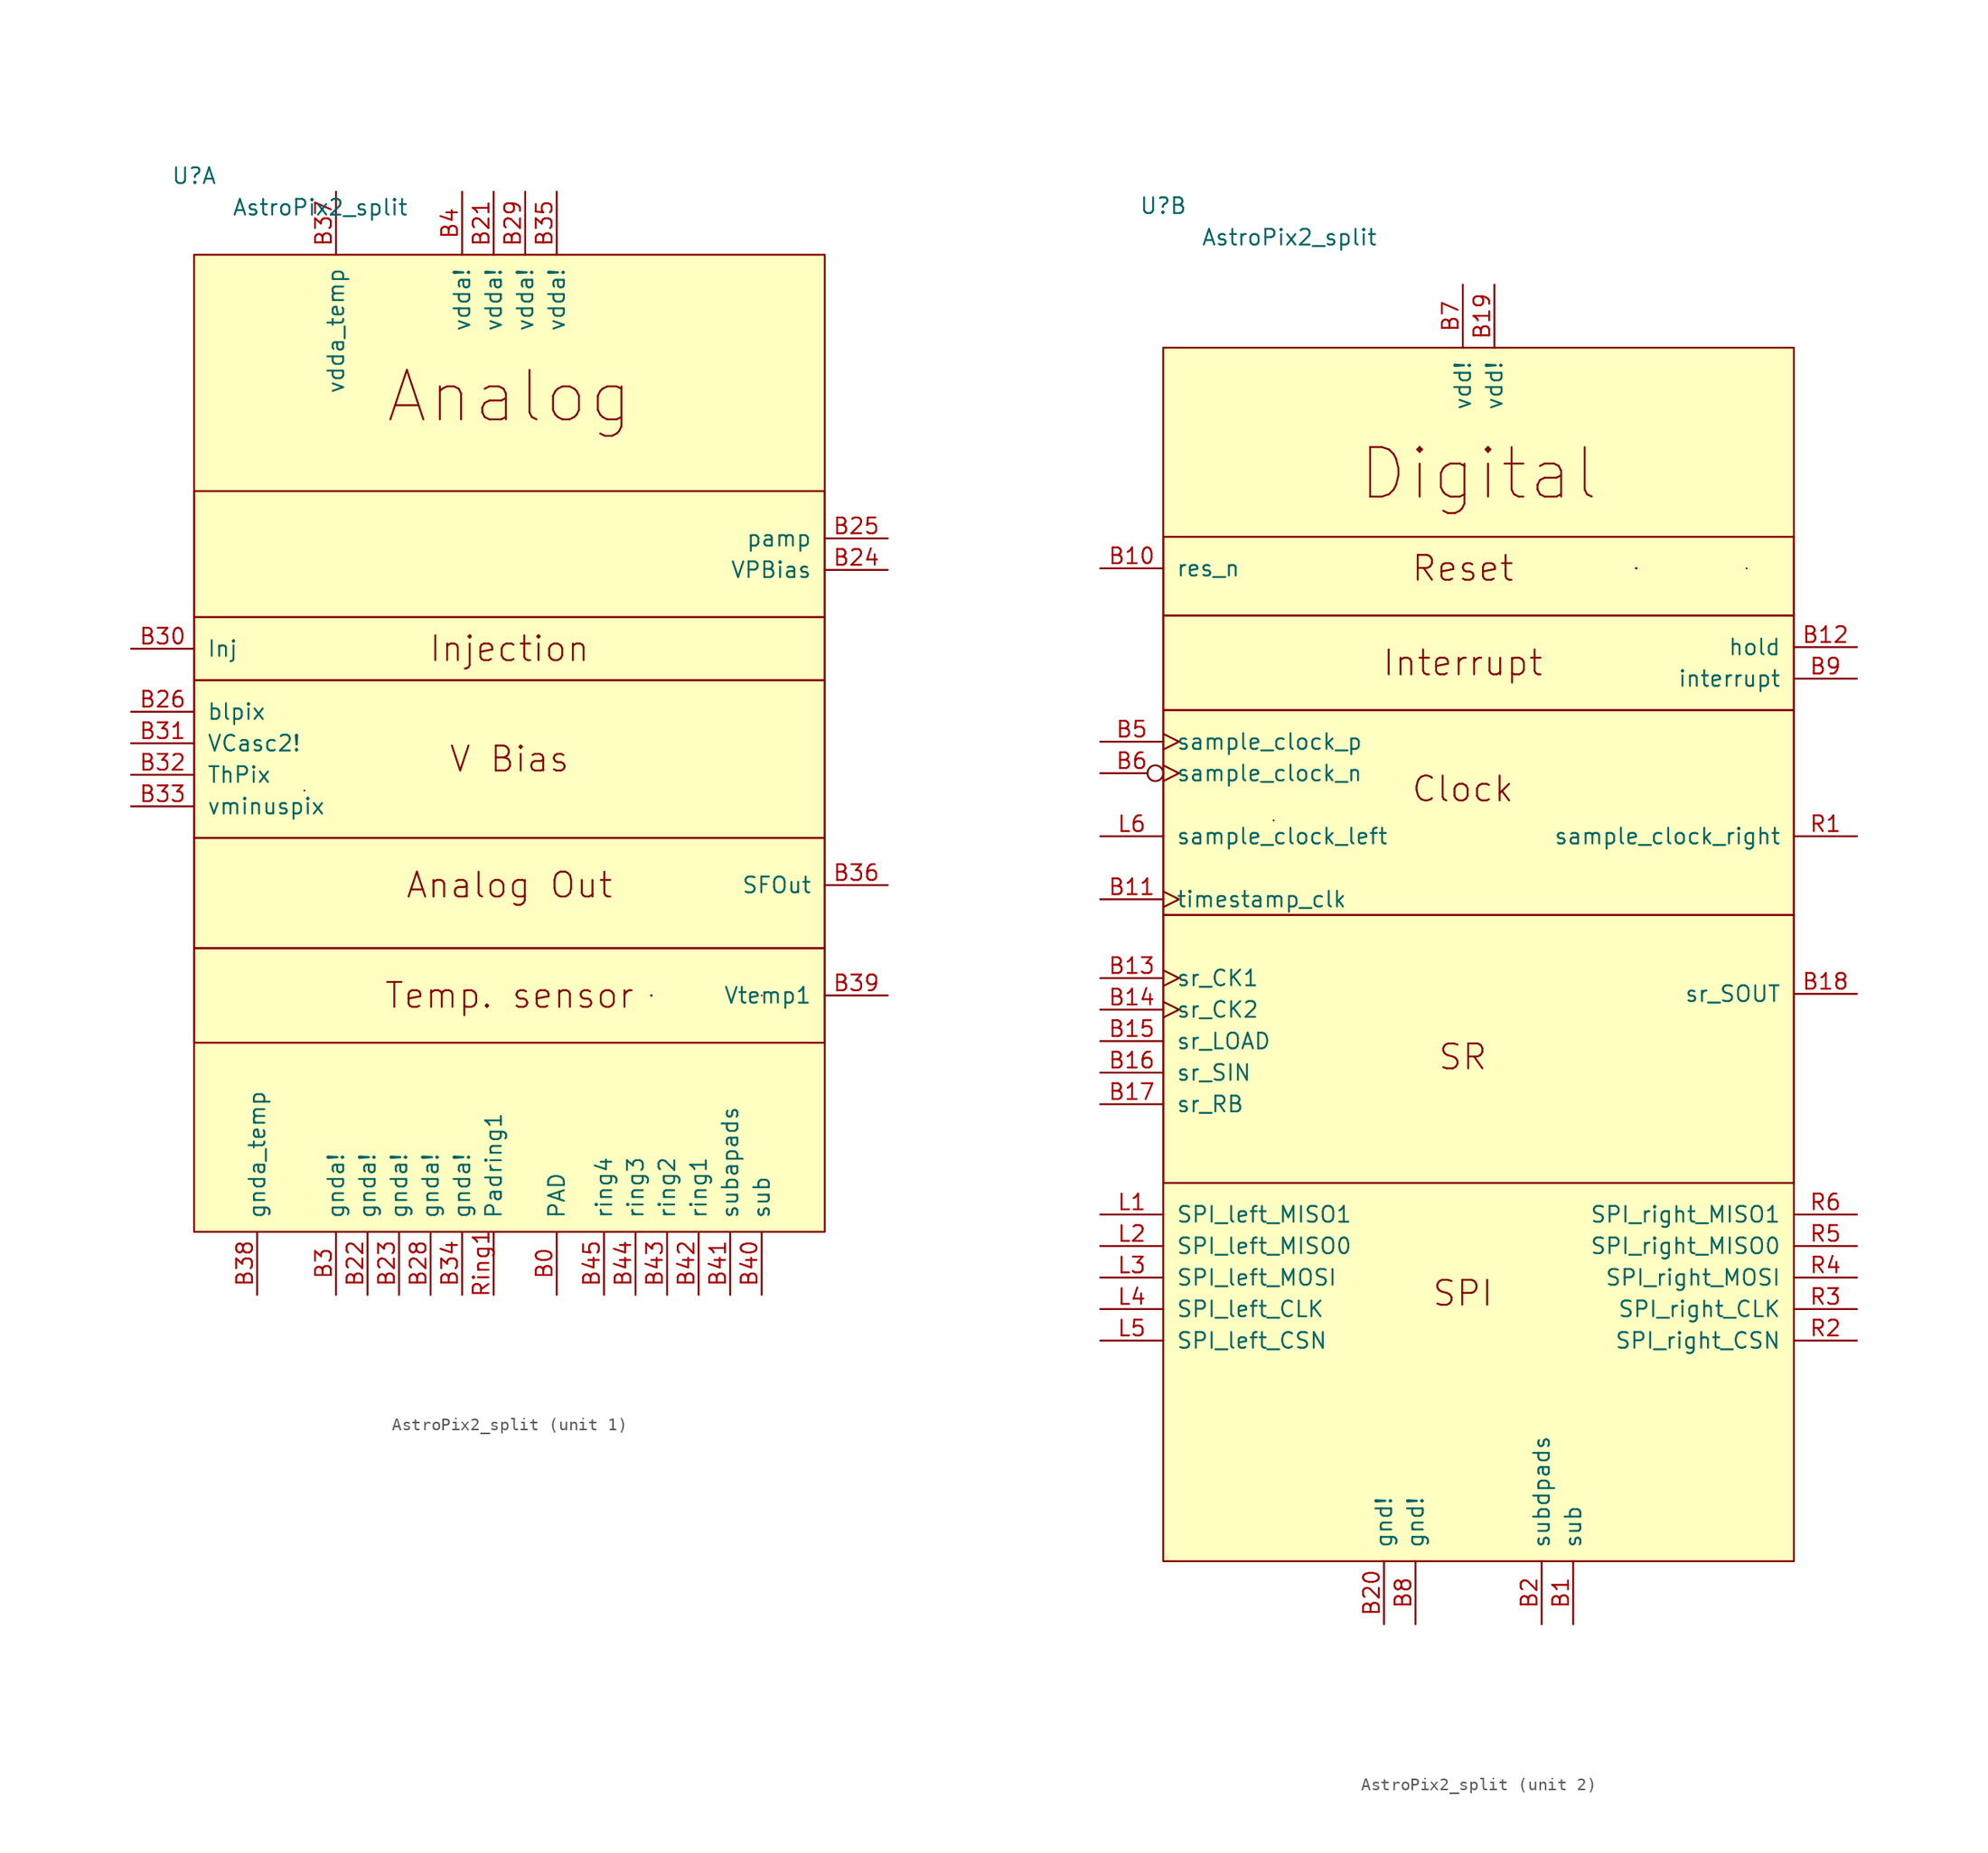
<source format=kicad_sym>
(kicad_symbol_lib
  (version 20220914)
  (generator kicad_symbol_editor)
  (symbol "AstroPix2_split"
    (pin_names
      (offset 1.016))
    (property "Reference" "U"
      (at -25.4 43.18 0)
      (effects (font (size 1.27 1.27))))
    (property "Value" "AstroPix2_split"
      (at -15.24 40.64 0)
      (effects (font (size 1.27 1.27))))
    (property "ki_locked" ""
      (at 0 0 0)
      (effects (font (size 1.27 1.27))))
    (symbol "AstroPix2_split_0_1"
      (polyline (pts (xy -16.51 -6.35) (xy -16.51 -6.35)) (stroke (width 0) (type default)) (fill (type none))))
    (symbol "AstroPix2_split_1_1"
      (rectangle (start -25.4 -19.05) (end 25.4 -26.67) (stroke (width 0) (type default)) (fill (type none)))
      (rectangle (start -25.4 -10.16) (end 25.4 -19.05) (stroke (width 0) (type default)) (fill (type none)))
      (rectangle (start -25.4 2.54) (end 25.4 -10.16) (stroke (width 0) (type default)) (fill (type none)))
      (rectangle (start -25.4 7.62) (end 25.4 2.54) (stroke (width 0) (type default)) (fill (type none)))
      (rectangle (start -25.4 17.78) (end 25.4 7.62) (stroke (width 0) (type default)) (fill (type none)))
      (rectangle (start -25.4 36.83) (end 25.4 -41.91) (stroke (width 0) (type default)) (fill (type background)))
      (polyline (pts (xy 11.43 -22.86) (xy 11.43 -22.86)) (stroke (width 0) (type default)) (fill (type none)))
      (polyline (pts (xy 11.43 -22.86) (xy 11.43 -22.86)) (stroke (width 0) (type default)) (fill (type none)))
      (polyline (pts (xy 11.43 -22.86) (xy 11.43 -22.86)) (stroke (width 0) (type default)) (fill (type none)))
      (polyline (pts (xy 11.43 -22.86) (xy 11.43 -22.86)) (stroke (width 0) (type default)) (fill (type none)))
      (polyline (pts (xy 11.43 -22.86) (xy 11.43 -22.86)) (stroke (width 0) (type default)) (fill (type none)))
      (polyline (pts (xy 20.32 -22.86) (xy 20.32 -22.86)) (stroke (width 0) (type default)) (fill (type none)))
      (text "Analog" (at 0 25.4 0) (effects (font (size 3.988 3.988))))
      (text "Analog Out" (at 0 -13.97 0) (effects (font (size 2.007 2.007))))
      (text "Injection" (at 0 5.08 0) (effects (font (size 2.007 2.007))))
      (text "Temp. sensor" (at 0 -22.86 0) (effects (font (size 2.007 2.007))))
      (text "V Bias" (at 0 -3.81 0) (effects (font (size 2.007 2.007))))
      (pin power_in line (at 3.81 -46.99 90) (length 5.08) (name "PAD" (effects (font (size 1.27 1.27)))) (number "B0" (effects (font (size 1.27 1.27)))))
      (pin power_in line (at -1.27 41.91 270) (length 5.08) (name "vdda!" (effects (font (size 1.27 1.27)))) (number "B21" (effects (font (size 1.27 1.27)))))
      (pin power_in line (at -11.43 -46.99 90) (length 5.08) (name "gnda!" (effects (font (size 1.27 1.27)))) (number "B22" (effects (font (size 1.27 1.27)))))
      (pin power_in line (at -8.89 -46.99 90) (length 5.08) (name "gnda!" (effects (font (size 1.27 1.27)))) (number "B23" (effects (font (size 1.27 1.27)))))
      (pin passive line (at 30.48 11.43 180) (length 5.08) (name "VPBias" (effects (font (size 1.27 1.27)))) (number "B24" (effects (font (size 1.27 1.27)))))
      (pin passive line (at 30.48 13.97 180) (length 5.08) (name "pamp" (effects (font (size 1.27 1.27)))) (number "B25" (effects (font (size 1.27 1.27)))))
      (pin input line (at -30.48 0 0) (length 5.08) (name "blpix" (effects (font (size 1.27 1.27)))) (number "B26" (effects (font (size 1.27 1.27)))))
      (pin no_connect line (at -30.48 -33.02 0) (length 5.08) hide (name "NC" (effects (font (size 1.27 1.27)))) (number "B27" (effects (font (size 1.27 1.27)))))
      (pin power_in line (at -6.35 -46.99 90) (length 5.08) (name "gnda!" (effects (font (size 1.27 1.27)))) (number "B28" (effects (font (size 1.27 1.27)))))
      (pin power_in line (at 1.27 41.91 270) (length 5.08) (name "vdda!" (effects (font (size 1.27 1.27)))) (number "B29" (effects (font (size 1.27 1.27)))))
      (pin power_in line (at -13.97 -46.99 90) (length 5.08) (name "gnda!" (effects (font (size 1.27 1.27)))) (number "B3" (effects (font (size 1.27 1.27)))))
      (pin input line (at -30.48 5.08 0) (length 5.08) (name "Inj" (effects (font (size 1.27 1.27)))) (number "B30" (effects (font (size 1.27 1.27)))))
      (pin input line (at -30.48 -2.54 0) (length 5.08) (name "VCasc2!" (effects (font (size 1.27 1.27)))) (number "B31" (effects (font (size 1.27 1.27)))))
      (pin input line (at -30.48 -5.08 0) (length 5.08) (name "ThPix" (effects (font (size 1.27 1.27)))) (number "B32" (effects (font (size 1.27 1.27)))))
      (pin input line (at -30.48 -7.62 0) (length 5.08) (name "vminuspix" (effects (font (size 1.27 1.27)))) (number "B33" (effects (font (size 1.27 1.27)))))
      (pin power_in line (at -3.81 -46.99 90) (length 5.08) (name "gnda!" (effects (font (size 1.27 1.27)))) (number "B34" (effects (font (size 1.27 1.27)))))
      (pin power_in line (at 3.81 41.91 270) (length 5.08) (name "vdda!" (effects (font (size 1.27 1.27)))) (number "B35" (effects (font (size 1.27 1.27)))))
      (pin output line (at 30.48 -13.97 180) (length 5.08) (name "SFOut" (effects (font (size 1.27 1.27)))) (number "B36" (effects (font (size 1.27 1.27)))))
      (pin power_in line (at -13.97 41.91 270) (length 5.08) (name "vdda_temp" (effects (font (size 1.27 1.27)))) (number "B37" (effects (font (size 1.27 1.27)))))
      (pin power_in line (at -20.32 -46.99 90) (length 5.08) (name "gnda_temp" (effects (font (size 1.27 1.27)))) (number "B38" (effects (font (size 1.27 1.27)))))
      (pin output line (at 30.48 -22.86 180) (length 5.08) (name "Vtemp1" (effects (font (size 1.27 1.27)))) (number "B39" (effects (font (size 1.27 1.27)))))
      (pin power_in line (at -3.81 41.91 270) (length 5.08) (name "vdda!" (effects (font (size 1.27 1.27)))) (number "B4" (effects (font (size 1.27 1.27)))))
      (pin power_in line (at 20.32 -46.99 90) (length 5.08) (name "sub" (effects (font (size 1.27 1.27)))) (number "B40" (effects (font (size 1.27 1.27)))))
      (pin power_in line (at 17.78 -46.99 90) (length 5.08) (name "subapads" (effects (font (size 1.27 1.27)))) (number "B41" (effects (font (size 1.27 1.27)))))
      (pin power_in line (at 15.24 -46.99 90) (length 5.08) (name "ring1" (effects (font (size 1.27 1.27)))) (number "B42" (effects (font (size 1.27 1.27)))))
      (pin power_in line (at 12.7 -46.99 90) (length 5.08) (name "ring2" (effects (font (size 1.27 1.27)))) (number "B43" (effects (font (size 1.27 1.27)))))
      (pin power_in line (at 10.16 -46.99 90) (length 5.08) (name "ring3" (effects (font (size 1.27 1.27)))) (number "B44" (effects (font (size 1.27 1.27)))))
      (pin power_in line (at 7.62 -46.99 90) (length 5.08) (name "ring4" (effects (font (size 1.27 1.27)))) (number "B45" (effects (font (size 1.27 1.27)))))
      (pin power_in line (at -1.27 -46.99 90) (length 5.08) (name "Padring1" (effects (font (size 1.27 1.27)))) (number "Ring1" (effects (font (size 1.27 1.27))))))
    (symbol "AstroPix2_split_2_1"
      (rectangle (start -25.4 -13.97) (end 25.4 -35.56) (stroke (width 0) (type default)) (fill (type none)))
      (rectangle (start -25.4 2.54) (end 25.4 -13.97) (stroke (width 0) (type default)) (fill (type none)))
      (rectangle (start -25.4 2.54) (end 25.4 10.16) (stroke (width 0) (type default)) (fill (type none)))
      (rectangle (start -25.4 16.51) (end 25.4 10.16) (stroke (width 0) (type default)) (fill (type none)))
      (rectangle (start -25.4 31.75) (end 25.4 -66.04) (stroke (width 0) (type default)) (fill (type background)))
      (polyline (pts (xy 12.7 13.97) (xy 12.7 13.97)) (stroke (width 0) (type default)) (fill (type none)))
      (polyline (pts (xy 12.7 13.97) (xy 12.7 13.97)) (stroke (width 0) (type default)) (fill (type none)))
      (polyline (pts (xy 12.7 13.97) (xy 12.7 13.97)) (stroke (width 0) (type default)) (fill (type none)))
      (polyline (pts (xy 12.7 13.97) (xy 12.7 13.97)) (stroke (width 0) (type default)) (fill (type none)))
      (polyline (pts (xy 12.7 13.97) (xy 12.7 13.97)) (stroke (width 0) (type default)) (fill (type none)))
      (polyline (pts (xy 21.59 13.97) (xy 21.59 13.97)) (stroke (width 0) (type default)) (fill (type none)))
      (text "Clock" (at -1.27 -3.81 0) (effects (font (size 2.007 2.007))))
      (text "Digital" (at 0 21.59 0) (effects (font (size 3.988 3.988))))
      (text "Interrupt" (at -1.27 6.35 0) (effects (font (size 2.007 2.007))))
      (text "Reset" (at -1.27 13.97 0) (effects (font (size 2.007 2.007))))
      (text "SPI" (at -1.27 -44.45 0) (effects (font (size 2.007 2.007))))
      (text "SR" (at -1.27 -25.4 0) (effects (font (size 2.007 2.007))))
      (pin power_in line (at 7.62 -71.12 90) (length 5.08) (name "sub" (effects (font (size 1.27 1.27)))) (number "B1" (effects (font (size 1.27 1.27)))))
      (pin input line (at -30.48 13.97 0) (length 5.08) (name "res_n" (effects (font (size 1.27 1.27)))) (number "B10" (effects (font (size 1.27 1.27)))))
      (pin input clock (at -30.48 -12.7 0) (length 5.08) (name "timestamp_clk" (effects (font (size 1.27 1.27)))) (number "B11" (effects (font (size 1.27 1.27)))))
      (pin output line (at 30.48 7.62 180) (length 5.08) (name "hold" (effects (font (size 1.27 1.27)))) (number "B12" (effects (font (size 1.27 1.27)))))
      (pin input clock (at -30.48 -19.05 0) (length 5.08) (name "sr_CK1" (effects (font (size 1.27 1.27)))) (number "B13" (effects (font (size 1.27 1.27)))))
      (pin input clock (at -30.48 -21.59 0) (length 5.08) (name "sr_CK2" (effects (font (size 1.27 1.27)))) (number "B14" (effects (font (size 1.27 1.27)))))
      (pin input line (at -30.48 -24.13 0) (length 5.08) (name "sr_LOAD" (effects (font (size 1.27 1.27)))) (number "B15" (effects (font (size 1.27 1.27)))))
      (pin input line (at -30.48 -26.67 0) (length 5.08) (name "sr_SIN" (effects (font (size 1.27 1.27)))) (number "B16" (effects (font (size 1.27 1.27)))))
      (pin input line (at -30.48 -29.21 0) (length 5.08) (name "sr_RB" (effects (font (size 1.27 1.27)))) (number "B17" (effects (font (size 1.27 1.27)))))
      (pin output line (at 30.48 -20.32 180) (length 5.08) (name "sr_SOUT" (effects (font (size 1.27 1.27)))) (number "B18" (effects (font (size 1.27 1.27)))))
      (pin power_in line (at 1.27 36.83 270) (length 5.08) (name "vdd!" (effects (font (size 1.27 1.27)))) (number "B19" (effects (font (size 1.27 1.27)))))
      (pin power_in line (at 5.08 -71.12 90) (length 5.08) (name "subdpads" (effects (font (size 1.27 1.27)))) (number "B2" (effects (font (size 1.27 1.27)))))
      (pin power_in line (at -7.62 -71.12 90) (length 5.08) (name "gnd!" (effects (font (size 1.27 1.27)))) (number "B20" (effects (font (size 1.27 1.27)))))
      (pin input clock (at -30.48 0 0) (length 5.08) (name "sample_clock_p" (effects (font (size 1.27 1.27)))) (number "B5" (effects (font (size 1.27 1.27)))))
      (pin input inverted_clock (at -30.48 -2.54 0) (length 5.08) (name "sample_clock_n" (effects (font (size 1.27 1.27)))) (number "B6" (effects (font (size 1.27 1.27)))))
      (pin power_in line (at -1.27 36.83 270) (length 5.08) (name "vdd!" (effects (font (size 1.27 1.27)))) (number "B7" (effects (font (size 1.27 1.27)))))
      (pin power_in line (at -5.08 -71.12 90) (length 5.08) (name "gnd!" (effects (font (size 1.27 1.27)))) (number "B8" (effects (font (size 1.27 1.27)))))
      (pin open_collector line (at 30.48 5.08 180) (length 5.08) (name "interrupt" (effects (font (size 1.27 1.27)))) (number "B9" (effects (font (size 1.27 1.27)))))
      (pin output line (at -30.48 -38.1 0) (length 5.08) (name "SPI_left_MISO1" (effects (font (size 1.27 1.27)))) (number "L1" (effects (font (size 1.27 1.27)))))
      (pin output line (at -30.48 -40.64 0) (length 5.08) (name "SPI_left_MISO0" (effects (font (size 1.27 1.27)))) (number "L2" (effects (font (size 1.27 1.27)))))
      (pin input line (at -30.48 -43.18 0) (length 5.08) (name "SPI_left_MOSI" (effects (font (size 1.27 1.27)))) (number "L3" (effects (font (size 1.27 1.27)))))
      (pin input line (at -30.48 -45.72 0) (length 5.08) (name "SPI_left_CLK" (effects (font (size 1.27 1.27)))) (number "L4" (effects (font (size 1.27 1.27)))))
      (pin output line (at -30.48 -48.26 0) (length 5.08) (name "SPI_left_CSN" (effects (font (size 1.27 1.27)))) (number "L5" (effects (font (size 1.27 1.27)))))
      (pin input line (at -30.48 -7.62 0) (length 5.08) (name "sample_clock_left" (effects (font (size 1.27 1.27)))) (number "L6" (effects (font (size 1.27 1.27)))))
      (pin output line (at 30.48 -7.62 180) (length 5.08) (name "sample_clock_right" (effects (font (size 1.27 1.27)))) (number "R1" (effects (font (size 1.27 1.27)))))
      (pin input line (at 30.48 -48.26 180) (length 5.08) (name "SPI_right_CSN" (effects (font (size 1.27 1.27)))) (number "R2" (effects (font (size 1.27 1.27)))))
      (pin output line (at 30.48 -45.72 180) (length 5.08) (name "SPI_right_CLK" (effects (font (size 1.27 1.27)))) (number "R3" (effects (font (size 1.27 1.27)))))
      (pin output line (at 30.48 -43.18 180) (length 5.08) (name "SPI_right_MOSI" (effects (font (size 1.27 1.27)))) (number "R4" (effects (font (size 1.27 1.27)))))
      (pin input line (at 30.48 -40.64 180) (length 5.08) (name "SPI_right_MISO0" (effects (font (size 1.27 1.27)))) (number "R5" (effects (font (size 1.27 1.27)))))
      (pin input line (at 30.48 -38.1 180) (length 5.08) (name "SPI_right_MISO1" (effects (font (size 1.27 1.27)))) (number "R6" (effects (font (size 1.27 1.27))))))))
</source>
